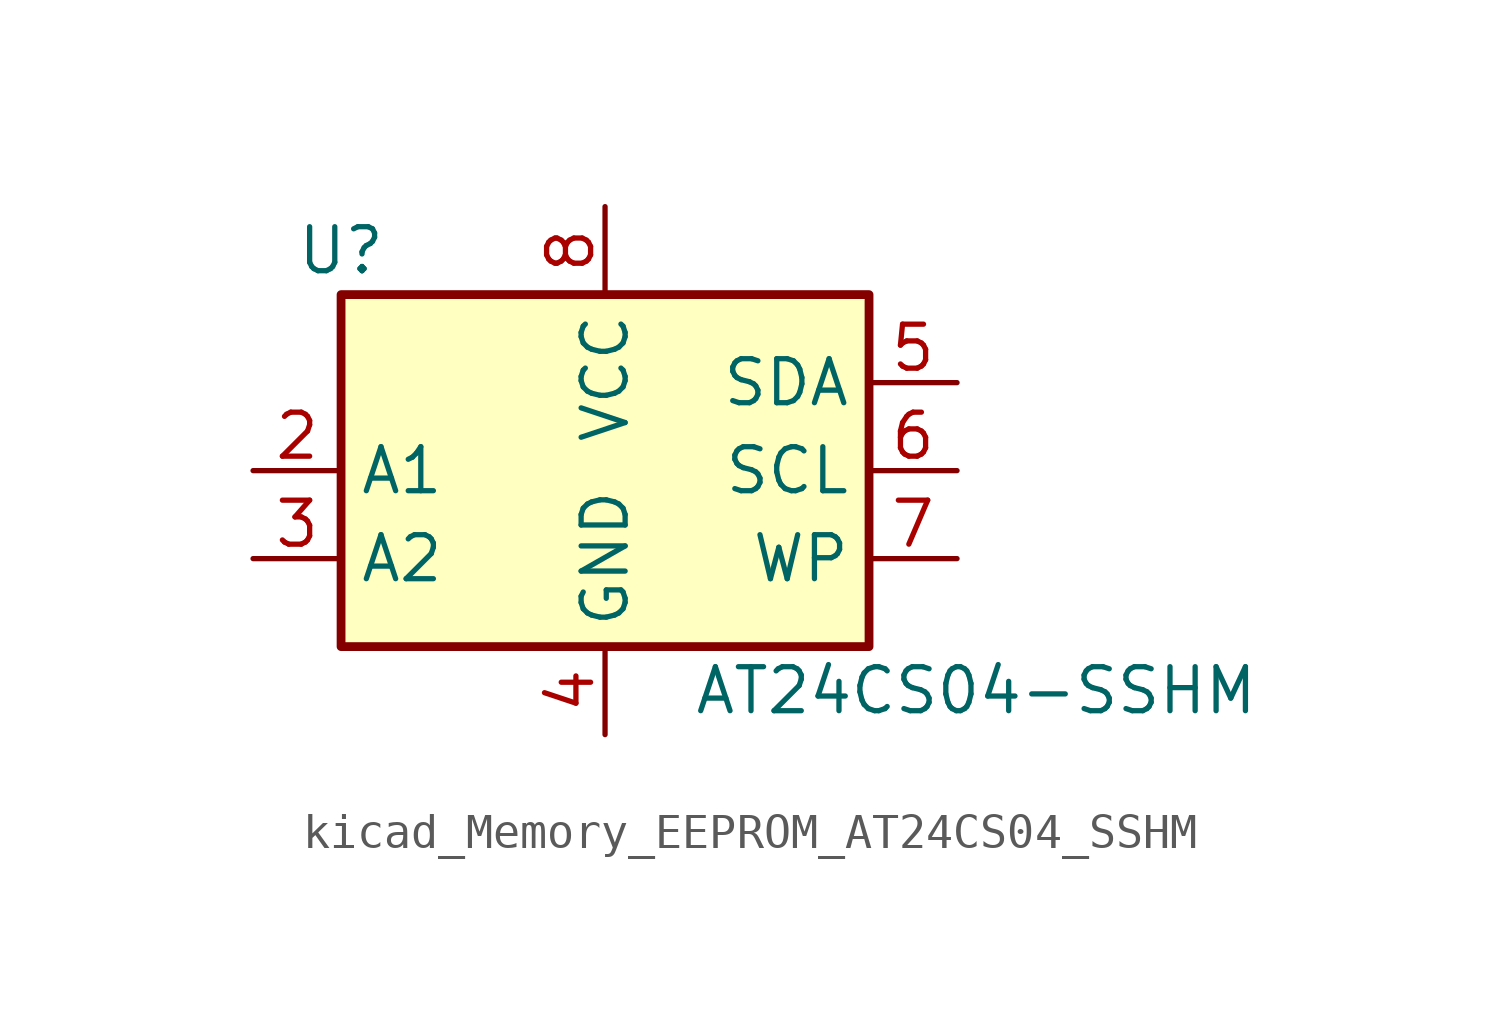
<source format=kicad_sym>
(kicad_symbol_lib
  (version 20220914)
  (generator kicad_symbol_editor)
  (symbol "kicad_Memory_EEPROM_AT24CS04_SSHM"
    (property "Reference" "U"
      (at -7.62 6.35 0)
      (effects (font (size 1.27 1.27))))
    (property "Value" "AT24CS04-SSHM"
      (at 2.54 -6.35 0)
      (effects (font (size 1.27 1.27)) (justify left)))
    (symbol "kicad_Memory_EEPROM_AT24CS04_SSHM_1_1"
      (rectangle (start -7.62 5.08) (end 7.62 -5.08) (stroke (width 0.254) (type default)) (fill (type background)))
      (pin no_connect line (at -7.62 2.54 0) (length 2.54) hide (name "NC" (effects (font (size 1.27 1.27)))) (number "1" (effects (font (size 1.27 1.27)))))
      (pin input line (at -10.16 0 0) (length 2.54) (name "A1" (effects (font (size 1.27 1.27)))) (number "2" (effects (font (size 1.27 1.27)))))
      (pin input line (at -10.16 -2.54 0) (length 2.54) (name "A2" (effects (font (size 1.27 1.27)))) (number "3" (effects (font (size 1.27 1.27)))))
      (pin power_in line (at 0 -7.62 90) (length 2.54) (name "GND" (effects (font (size 1.27 1.27)))) (number "4" (effects (font (size 1.27 1.27)))))
      (pin bidirectional line (at 10.16 2.54 180) (length 2.54) (name "SDA" (effects (font (size 1.27 1.27)))) (number "5" (effects (font (size 1.27 1.27)))))
      (pin input line (at 10.16 0 180) (length 2.54) (name "SCL" (effects (font (size 1.27 1.27)))) (number "6" (effects (font (size 1.27 1.27)))))
      (pin input line (at 10.16 -2.54 180) (length 2.54) (name "WP" (effects (font (size 1.27 1.27)))) (number "7" (effects (font (size 1.27 1.27)))))
      (pin power_in line (at 0 7.62 270) (length 2.54) (name "VCC" (effects (font (size 1.27 1.27)))) (number "8" (effects (font (size 1.27 1.27))))))))
</source>
